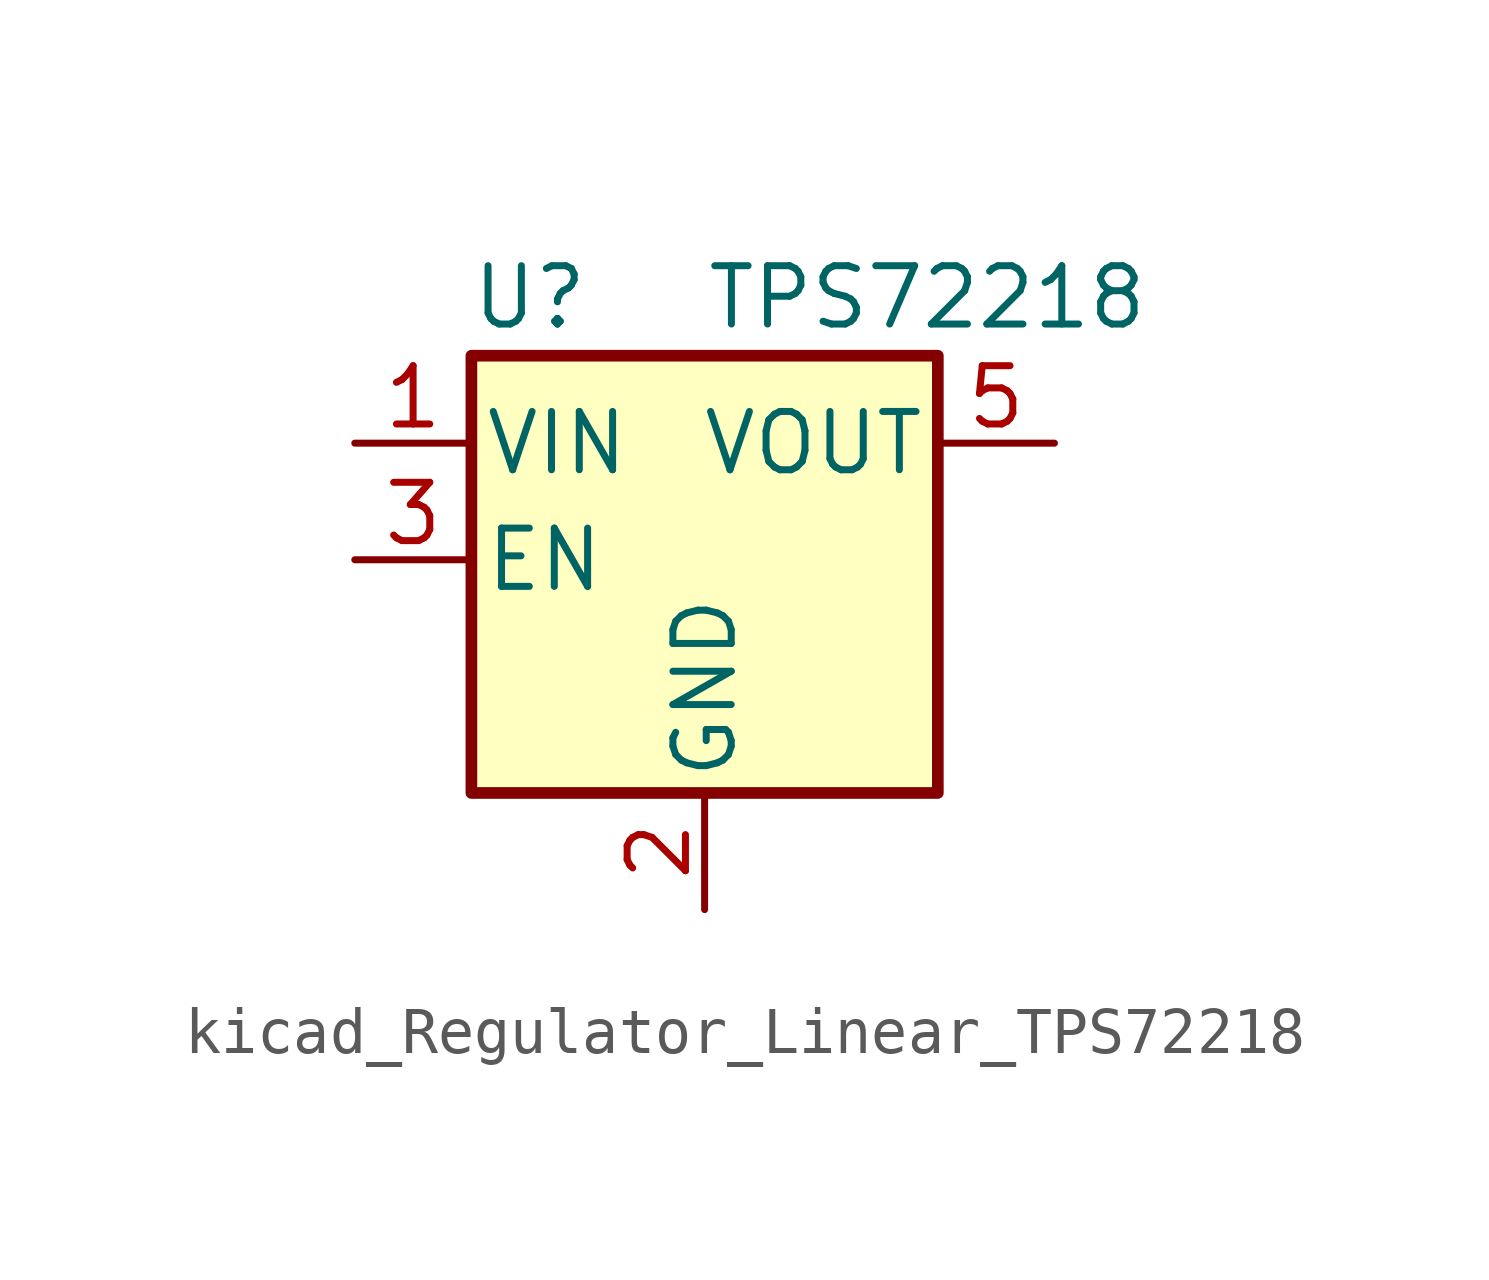
<source format=kicad_sym>
(kicad_symbol_lib
  (version 20220914)
  (generator kicad_symbol_editor)
  (symbol "kicad_Regulator_Linear_TPS72218"
    (pin_names
      (offset 0.254))
    (property "Reference" "U"
      (at -3.81 5.715 0)
      (effects (font (size 1.27 1.27))))
    (property "Value" "TPS72218"
      (at 0 5.715 0)
      (effects (font (size 1.27 1.27)) (justify left)))
    (symbol "kicad_Regulator_Linear_TPS72218_0_1"
      (rectangle (start -5.08 4.445) (end 5.08 -5.08) (stroke (width 0.254) (type default)) (fill (type background))))
    (symbol "kicad_Regulator_Linear_TPS72218_1_1"
      (pin power_in line (at -7.62 2.54 0) (length 2.54) (name "VIN" (effects (font (size 1.27 1.27)))) (number "1" (effects (font (size 1.27 1.27)))))
      (pin power_in line (at 0 -7.62 90) (length 2.54) (name "GND" (effects (font (size 1.27 1.27)))) (number "2" (effects (font (size 1.27 1.27)))))
      (pin input line (at -7.62 0 0) (length 2.54) (name "EN" (effects (font (size 1.27 1.27)))) (number "3" (effects (font (size 1.27 1.27)))))
      (pin no_connect line (at 2.54 0 180) (length 2.54) hide (name "NC" (effects (font (size 1.27 1.27)))) (number "4" (effects (font (size 1.27 1.27)))))
      (pin power_out line (at 7.62 2.54 180) (length 2.54) (name "VOUT" (effects (font (size 1.27 1.27)))) (number "5" (effects (font (size 1.27 1.27))))))))
</source>
